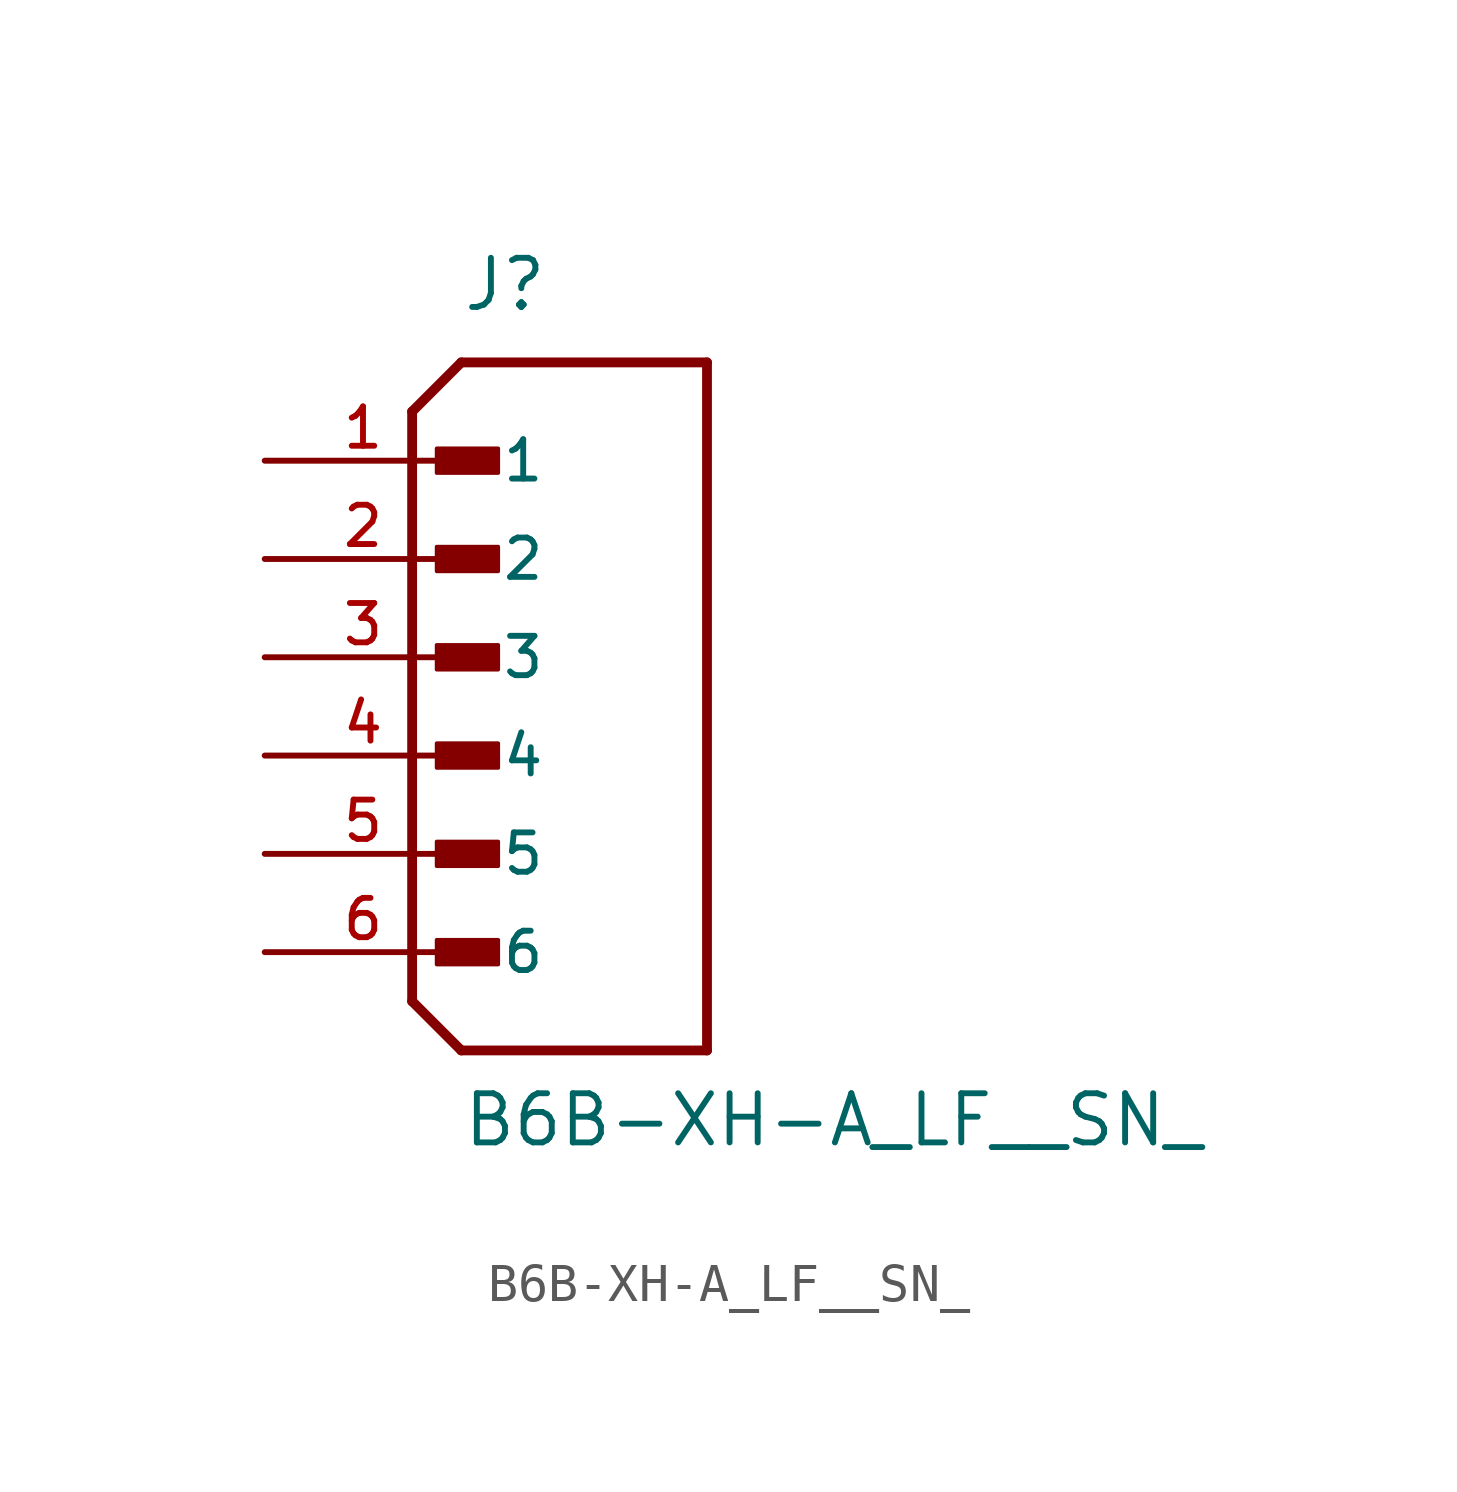
<source format=kicad_sym>
(kicad_symbol_lib
  (version 20211014)
  (generator kicad_symbol_editor)
  (symbol "B6B-XH-A_LF__SN_"
    (pin_names
      (offset 1.016))
    (property "Reference" "J"
      (at -2.54 8.89 0)
      (effects (font (size 1.27 1.27)) (justify bottom left)))
    (property "Value" "B6B-XH-A_LF__SN_"
      (at -2.54 -12.7 0)
      (effects (font (size 1.27 1.27)) (justify bottom left)))
    (symbol "B6B-XH-A_LF__SN__0_0"
      (polyline (pts (xy -3.81 6.35) (xy -2.54 7.62)) (stroke (width 0.254)))
      (polyline (pts (xy -3.81 6.35) (xy -3.81 -8.89)) (stroke (width 0.254)))
      (polyline (pts (xy -3.81 -8.89) (xy -2.54 -10.16)) (stroke (width 0.254)))
      (polyline (pts (xy -2.54 -10.16) (xy 3.81 -10.16)) (stroke (width 0.254)))
      (polyline (pts (xy 3.81 -10.16) (xy 3.81 7.62)) (stroke (width 0.254)))
      (polyline (pts (xy 3.81 7.62) (xy -2.54 7.62)) (stroke (width 0.254)))
      (rectangle (start -3.175 4.763) (end -1.587 5.397) (stroke (width 0.1)) (fill (type outline)))
      (rectangle (start -3.175 2.223) (end -1.587 2.857) (stroke (width 0.1)) (fill (type outline)))
      (rectangle (start -3.175 -0.318) (end -1.587 0.318) (stroke (width 0.1)) (fill (type outline)))
      (rectangle (start -3.175 -2.857) (end -1.587 -2.223) (stroke (width 0.1)) (fill (type outline)))
      (rectangle (start -3.175 -5.397) (end -1.587 -4.763) (stroke (width 0.1)) (fill (type outline)))
      (rectangle (start -3.175 -7.938) (end -1.587 -7.303) (stroke (width 0.1)) (fill (type outline)))
      (pin passive line (at -7.62 5.08 0) (length 5.08) (name "1" (effects (font (size 1.016 1.016)))) (number "1" (effects (font (size 1.016 1.016)))))
      (pin passive line (at -7.62 2.54 0) (length 5.08) (name "2" (effects (font (size 1.016 1.016)))) (number "2" (effects (font (size 1.016 1.016)))))
      (pin passive line (at -7.62 0.0 0) (length 5.08) (name "3" (effects (font (size 1.016 1.016)))) (number "3" (effects (font (size 1.016 1.016)))))
      (pin passive line (at -7.62 -2.54 0) (length 5.08) (name "4" (effects (font (size 1.016 1.016)))) (number "4" (effects (font (size 1.016 1.016)))))
      (pin passive line (at -7.62 -5.08 0) (length 5.08) (name "5" (effects (font (size 1.016 1.016)))) (number "5" (effects (font (size 1.016 1.016)))))
      (pin passive line (at -7.62 -7.62 0) (length 5.08) (name "6" (effects (font (size 1.016 1.016)))) (number "6" (effects (font (size 1.016 1.016))))))))
</source>
